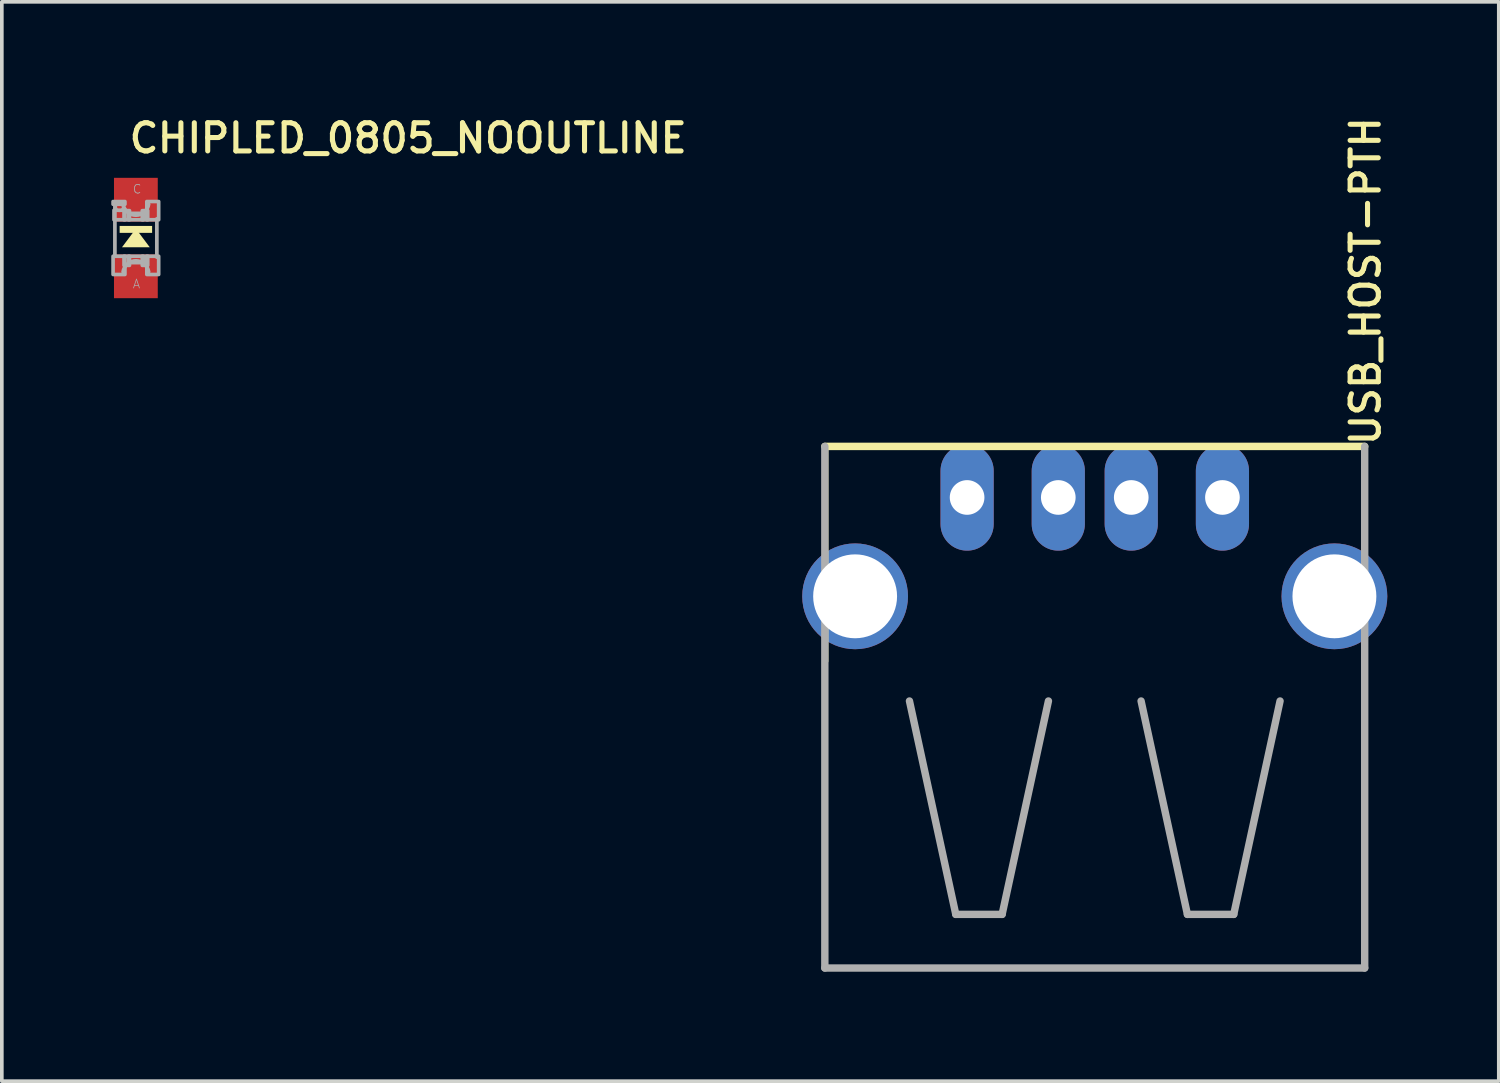
<source format=kicad_pcb>
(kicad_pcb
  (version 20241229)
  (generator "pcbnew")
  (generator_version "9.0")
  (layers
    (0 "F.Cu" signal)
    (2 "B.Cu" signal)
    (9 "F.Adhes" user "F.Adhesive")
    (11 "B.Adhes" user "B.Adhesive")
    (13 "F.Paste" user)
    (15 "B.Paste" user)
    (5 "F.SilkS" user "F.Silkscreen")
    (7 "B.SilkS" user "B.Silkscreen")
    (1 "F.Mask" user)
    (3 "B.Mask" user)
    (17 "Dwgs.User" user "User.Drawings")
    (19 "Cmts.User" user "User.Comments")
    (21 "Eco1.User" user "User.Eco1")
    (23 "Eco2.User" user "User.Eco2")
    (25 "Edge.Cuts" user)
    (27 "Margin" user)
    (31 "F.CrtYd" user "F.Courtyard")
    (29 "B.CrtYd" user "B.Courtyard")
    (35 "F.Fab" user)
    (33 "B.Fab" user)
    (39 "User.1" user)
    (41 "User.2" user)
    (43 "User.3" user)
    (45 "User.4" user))
  (footprint "CHIPLED_0805_NOOUTLINE"
    (layer "F.Cu")
    (at 0.675 3.475)
    (property "Reference" "CHIPLED_0805_NOOUTLINE" (at -0.254 -2.286 0) (layer "F.SilkS") (effects (font (size 0.772 0.772) (thickness 0.139)) (justify left bottom)))
    (attr through_hole)
    (fp_poly (pts (xy 0 -0.254) (xy -0.381 0.254) (xy 0.381 0.254)) (stroke (width 0) (type solid)) (fill yes) (layer "F.SilkS"))
    (fp_poly (pts (xy -0.445 -0.141) (xy 0.445 -0.141) (xy 0.445 -0.331) (xy -0.445 -0.331)) (stroke (width 0) (type solid)) (fill yes) (layer "F.SilkS"))
    (fp_line (start -0.575 0.5) (end -0.575 -0.925) (stroke (width 0.102) (type solid)) (layer "F.Fab"))
    (fp_line (start 0.575 -0.525) (end 0.575 0.525) (stroke (width 0.102) (type solid)) (layer "F.Fab"))
    (fp_arc (start -0.35 0.925) (mid -0.000001 0.625027) (end 0.35 0.924998) (stroke (width 0.1016) (type solid)) (layer "F.Fab"))
    (fp_arc (start 0.35 -0.924998) (mid -0.000001 -0.625027) (end -0.35 -0.925) (stroke (width 0.1016) (type solid)) (layer "F.Fab"))
    (fp_circle (center -0.45 -0.85) (end -0.347 -0.85) (stroke (width 0.076) (type solid)) (fill no) (layer "F.Fab"))
    (fp_poly (pts (xy -0.625 -0.925) (xy -0.3 -0.925) (xy -0.3 -1) (xy -0.625 -1)) (stroke (width 0.1) (type solid)) (fill no) (layer "F.Fab"))
    (fp_poly (pts (xy -0.625 1) (xy -0.3 1) (xy -0.3 0.5) (xy -0.625 0.5)) (stroke (width 0.1) (type solid)) (fill no) (layer "F.Fab"))
    (fp_poly (pts (xy -0.6 -0.5) (xy -0.3 -0.5) (xy -0.3 -0.762) (xy -0.6 -0.762)) (stroke (width 0.1) (type solid)) (fill no) (layer "F.Fab"))
    (fp_poly (pts (xy -0.325 -0.5) (xy -0.175 -0.5) (xy -0.175 -0.75) (xy -0.325 -0.75)) (stroke (width 0.1) (type solid)) (fill no) (layer "F.Fab"))
    (fp_poly (pts (xy -0.325 0.75) (xy -0.175 0.75) (xy -0.175 0.5) (xy -0.325 0.5)) (stroke (width 0.1) (type solid)) (fill no) (layer "F.Fab"))
    (fp_poly (pts (xy -0.2 -0.5) (xy 0.2 -0.5) (xy 0.2 -0.675) (xy -0.2 -0.675)) (stroke (width 0.1) (type solid)) (fill no) (layer "F.Fab"))
    (fp_poly (pts (xy -0.2 0.675) (xy 0.2 0.675) (xy 0.2 0.5) (xy -0.2 0.5)) (stroke (width 0.1) (type solid)) (fill no) (layer "F.Fab"))
    (fp_poly (pts (xy 0.175 -0.5) (xy 0.325 -0.5) (xy 0.325 -0.75) (xy 0.175 -0.75)) (stroke (width 0.1) (type solid)) (fill no) (layer "F.Fab"))
    (fp_poly (pts (xy 0.175 0.75) (xy 0.325 0.75) (xy 0.325 0.5) (xy 0.175 0.5)) (stroke (width 0.1) (type solid)) (fill no) (layer "F.Fab"))
    (fp_poly (pts (xy 0.3 -0.5) (xy 0.625 -0.5) (xy 0.625 -1) (xy 0.3 -1)) (stroke (width 0.1) (type solid)) (fill no) (layer "F.Fab"))
    (fp_poly (pts (xy 0.3 1) (xy 0.625 1) (xy 0.625 0.5) (xy 0.3 0.5)) (stroke (width 0.1) (type solid)) (fill no) (layer "F.Fab"))
    (fp_text user "C" (at -0.1 -1.2 0) (layer "F.Fab") (effects (font (size 0.241 0.241) (thickness 0.02)) (justify left bottom)))
    (fp_text user "A" (at -0.1 1.4 0) (layer "F.Fab") (effects (font (size 0.241 0.241) (thickness 0.02)) (justify left bottom)))
    (pad "A" smd rect (at 0 1.05) (size 1.2 1.2) (layers "F.Cu" "F.Mask" "F.Paste"))
    (pad "C" smd rect (at 0 -1.05) (size 1.2 1.2) (layers "F.Cu" "F.Mask" "F.Paste")))
  (footprint "USB_HOST-PTH"
    (layer "F.Cu")
    (at 26.963 17.108)
    (property "Reference" "USB_HOST-PTH" (at 7.874 -7.874 270) (layer "F.SilkS") (effects (font (size 0.772 0.772) (thickness 0.139)) (justify left bottom)))
    (attr through_hole)
    (fp_line (start -7.366 -7.874) (end -7.366 -2.032) (stroke (width 0.127) (type solid)) (layer "F.SilkS"))
    (fp_line (start 7.366 -7.874) (end 7.366 -2.032) (stroke (width 0.127) (type solid)) (layer "F.SilkS"))
    (fp_line (start 7.4 -7.92) (end -7.4 -7.92) (stroke (width 0.203) (type solid)) (layer "F.SilkS"))
    (fp_line (start -7.4 -7.92) (end -7.4 6.38) (stroke (width 0.203) (type solid)) (layer "F.Fab"))
    (fp_line (start -7.4 6.38) (end 7.4 6.38) (stroke (width 0.203) (type solid)) (layer "F.Fab"))
    (fp_line (start -5.08 -0.94) (end -3.81 4.91) (stroke (width 0.203) (type solid)) (layer "F.Fab"))
    (fp_line (start -3.81 4.91) (end -2.54 4.91) (stroke (width 0.203) (type solid)) (layer "F.Fab"))
    (fp_line (start -2.54 4.91) (end -1.27 -0.94) (stroke (width 0.203) (type solid)) (layer "F.Fab"))
    (fp_line (start 1.27 -0.94) (end 2.54 4.91) (stroke (width 0.203) (type solid)) (layer "F.Fab"))
    (fp_line (start 2.54 4.91) (end 3.81 4.91) (stroke (width 0.203) (type solid)) (layer "F.Fab"))
    (fp_line (start 3.81 4.91) (end 5.08 -0.94) (stroke (width 0.203) (type solid)) (layer "F.Fab"))
    (fp_line (start 7.4 6.38) (end 7.4 -7.92) (stroke (width 0.203) (type solid)) (layer "F.Fab"))
    (pad "D+" thru_hole oval (at 1 -6.52 90) (size 2.916 1.458) (drill 0.95) (layers "*.Cu" "*.Mask"))
    (pad "D-" thru_hole oval (at -1 -6.52 90) (size 2.916 1.458) (drill 0.95) (layers "*.Cu" "*.Mask"))
    (pad "GND" thru_hole oval (at 3.5 -6.52 90) (size 2.916 1.458) (drill 0.95) (layers "*.Cu" "*.Mask"))
    (pad "S1" thru_hole circle (at -6.57 -3.81) (size 2.9 2.9) (drill 2.3) (layers "*.Cu" "*.Mask"))
    (pad "S2" thru_hole circle (at 6.57 -3.81 180) (size 2.9 2.9) (drill 2.3) (layers "*.Cu" "*.Mask"))
    (pad "VBUS" thru_hole oval (at -3.5 -6.52 90) (size 2.916 1.458) (drill 0.95) (layers "*.Cu" "*.Mask")))
  (gr_rect
    (start -3 -3)
    (end 38.039 26.59)
    (stroke (width 0.1) (type default))
    (fill no)
    (layer "Edge.Cuts")))
</source>
